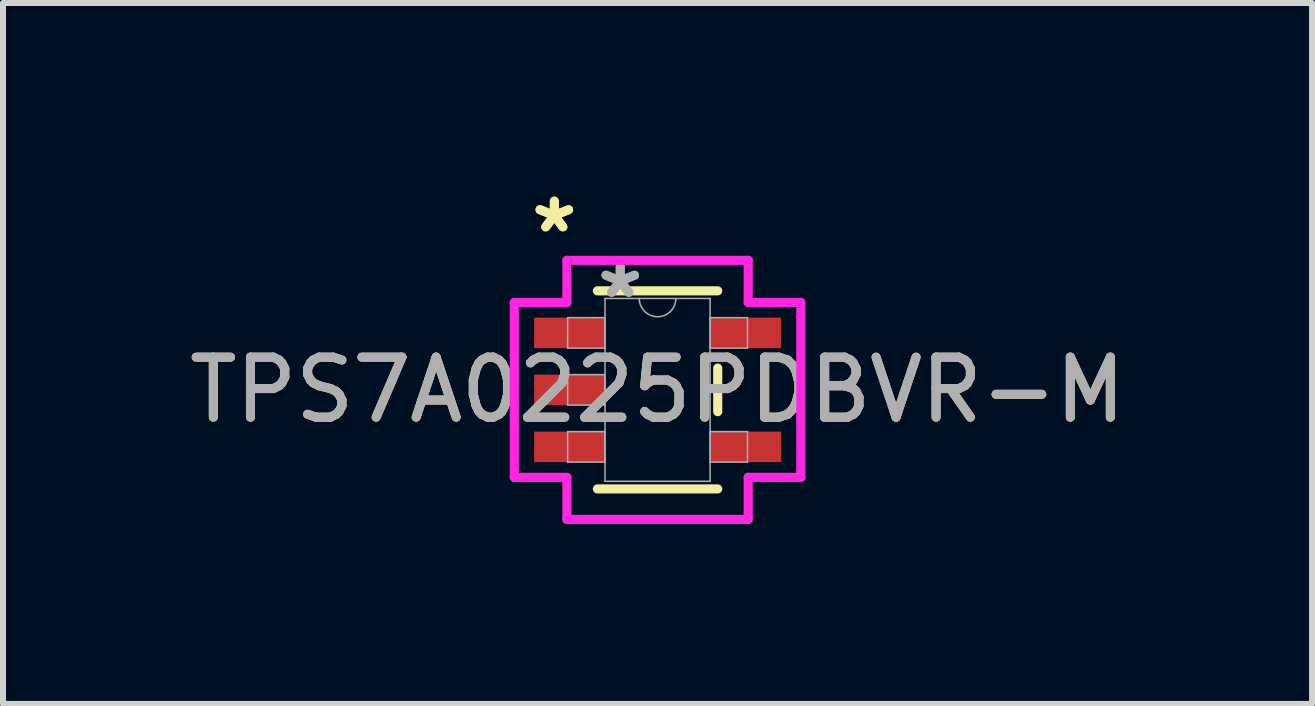
<source format=kicad_pcb>
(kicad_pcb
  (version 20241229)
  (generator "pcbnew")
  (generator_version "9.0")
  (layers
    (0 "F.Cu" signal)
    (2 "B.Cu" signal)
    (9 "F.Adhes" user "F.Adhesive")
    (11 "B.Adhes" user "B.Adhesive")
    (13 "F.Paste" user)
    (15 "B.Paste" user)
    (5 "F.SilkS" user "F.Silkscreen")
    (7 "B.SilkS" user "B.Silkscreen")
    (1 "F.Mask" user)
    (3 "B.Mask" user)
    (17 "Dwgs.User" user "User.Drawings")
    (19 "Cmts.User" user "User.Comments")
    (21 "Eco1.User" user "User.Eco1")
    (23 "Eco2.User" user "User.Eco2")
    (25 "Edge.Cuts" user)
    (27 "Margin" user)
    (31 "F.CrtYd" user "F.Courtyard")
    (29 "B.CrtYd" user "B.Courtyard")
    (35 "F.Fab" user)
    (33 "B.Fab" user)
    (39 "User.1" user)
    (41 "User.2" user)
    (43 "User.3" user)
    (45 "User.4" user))
  (footprint "TPS7A0225PDBVR-M"
    (layer "F.Cu")
    (at 7.911 3.449)
    (property "Reference" "TPS7A0225PDBVR-M" (at 0 0 0) (unlocked yes) (layer "F.SilkS") (effects (font (size 1 1) (thickness 0.15))))
    (attr smd)
    (fp_line (start -1.003 1.651) (end 1.003 1.651) (stroke (width 0.152) (type solid)) (layer "F.SilkS"))
    (fp_line (start 1.003 -1.651) (end -1.003 -1.651) (stroke (width 0.152) (type solid)) (layer "F.SilkS"))
    (fp_line (start 1.003 0.363) (end 1.003 -0.363) (stroke (width 0.152) (type solid)) (layer "F.SilkS"))
    (fp_line (start -2.388 -1.458) (end -1.511 -1.458) (stroke (width 0.152) (type solid)) (layer "F.CrtYd"))
    (fp_line (start -2.388 1.458) (end -2.388 -1.458) (stroke (width 0.152) (type solid)) (layer "F.CrtYd"))
    (fp_line (start -1.511 -2.159) (end 1.511 -2.159) (stroke (width 0.152) (type solid)) (layer "F.CrtYd"))
    (fp_line (start -1.511 -1.458) (end -1.511 -2.159) (stroke (width 0.152) (type solid)) (layer "F.CrtYd"))
    (fp_line (start -1.511 1.458) (end -2.388 1.458) (stroke (width 0.152) (type solid)) (layer "F.CrtYd"))
    (fp_line (start -1.511 2.159) (end -1.511 1.458) (stroke (width 0.152) (type solid)) (layer "F.CrtYd"))
    (fp_line (start 1.511 -2.159) (end 1.511 -1.458) (stroke (width 0.152) (type solid)) (layer "F.CrtYd"))
    (fp_line (start 1.511 -1.458) (end 2.388 -1.458) (stroke (width 0.152) (type solid)) (layer "F.CrtYd"))
    (fp_line (start 1.511 1.458) (end 1.511 2.159) (stroke (width 0.152) (type solid)) (layer "F.CrtYd"))
    (fp_line (start 1.511 2.159) (end -1.511 2.159) (stroke (width 0.152) (type solid)) (layer "F.CrtYd"))
    (fp_line (start 2.388 -1.458) (end 2.388 1.458) (stroke (width 0.152) (type solid)) (layer "F.CrtYd"))
    (fp_line (start 2.388 1.458) (end 1.511 1.458) (stroke (width 0.152) (type solid)) (layer "F.CrtYd"))
    (fp_line (start -1.499 -1.204) (end -1.499 -0.696) (stroke (width 0.025) (type solid)) (layer "F.Fab"))
    (fp_line (start -1.499 -0.696) (end -0.876 -0.696) (stroke (width 0.025) (type solid)) (layer "F.Fab"))
    (fp_line (start -1.499 -0.254) (end -1.499 0.254) (stroke (width 0.025) (type solid)) (layer "F.Fab"))
    (fp_line (start -1.499 0.254) (end -0.876 0.254) (stroke (width 0.025) (type solid)) (layer "F.Fab"))
    (fp_line (start -1.499 0.696) (end -1.499 1.204) (stroke (width 0.025) (type solid)) (layer "F.Fab"))
    (fp_line (start -1.499 1.204) (end -0.876 1.204) (stroke (width 0.025) (type solid)) (layer "F.Fab"))
    (fp_line (start -0.876 -1.524) (end -0.876 1.524) (stroke (width 0.025) (type solid)) (layer "F.Fab"))
    (fp_line (start -0.876 -1.204) (end -1.499 -1.204) (stroke (width 0.025) (type solid)) (layer "F.Fab"))
    (fp_line (start -0.876 -0.696) (end -0.876 -1.204) (stroke (width 0.025) (type solid)) (layer "F.Fab"))
    (fp_line (start -0.876 -0.254) (end -1.499 -0.254) (stroke (width 0.025) (type solid)) (layer "F.Fab"))
    (fp_line (start -0.876 0.254) (end -0.876 -0.254) (stroke (width 0.025) (type solid)) (layer "F.Fab"))
    (fp_line (start -0.876 0.696) (end -1.499 0.696) (stroke (width 0.025) (type solid)) (layer "F.Fab"))
    (fp_line (start -0.876 1.204) (end -0.876 0.696) (stroke (width 0.025) (type solid)) (layer "F.Fab"))
    (fp_line (start -0.876 1.524) (end 0.876 1.524) (stroke (width 0.025) (type solid)) (layer "F.Fab"))
    (fp_line (start 0.876 -1.524) (end -0.876 -1.524) (stroke (width 0.025) (type solid)) (layer "F.Fab"))
    (fp_line (start 0.876 -1.204) (end 0.876 -0.696) (stroke (width 0.025) (type solid)) (layer "F.Fab"))
    (fp_line (start 0.876 -0.696) (end 1.499 -0.696) (stroke (width 0.025) (type solid)) (layer "F.Fab"))
    (fp_line (start 0.876 0.696) (end 0.876 1.204) (stroke (width 0.025) (type solid)) (layer "F.Fab"))
    (fp_line (start 0.876 1.204) (end 1.499 1.204) (stroke (width 0.025) (type solid)) (layer "F.Fab"))
    (fp_line (start 0.876 1.524) (end 0.876 -1.524) (stroke (width 0.025) (type solid)) (layer "F.Fab"))
    (fp_line (start 1.499 -1.204) (end 0.876 -1.204) (stroke (width 0.025) (type solid)) (layer "F.Fab"))
    (fp_line (start 1.499 -0.696) (end 1.499 -1.204) (stroke (width 0.025) (type solid)) (layer "F.Fab"))
    (fp_line (start 1.499 0.696) (end 0.876 0.696) (stroke (width 0.025) (type solid)) (layer "F.Fab"))
    (fp_line (start 1.499 1.204) (end 1.499 0.696) (stroke (width 0.025) (type solid)) (layer "F.Fab"))
    (fp_arc (start 0.3048 -1.524) (mid 0 -1.2192) (end -0.3048 -1.524) (stroke (width 0.0254) (type solid)) (layer "F.Fab"))
    (fp_text user "*" (at -1.721 -2.601 0) (layer "F.SilkS") (effects (font (size 1 1) (thickness 0.15))))
    (fp_text user "*" (at -1.721 -2.601 0) (unlocked yes) (layer "F.SilkS") (effects (font (size 1 1) (thickness 0.15))))
    (fp_text user "${REFERENCE}" (at 0 0 0) (unlocked yes) (layer "F.Fab") (effects (font (size 1 1) (thickness 0.15))))
    (fp_text user "*" (at -0.622 -1.509 0) (layer "F.Fab") (effects (font (size 1 1) (thickness 0.15))))
    (fp_text user "*" (at -0.622 -1.509 0) (unlocked yes) (layer "F.Fab") (effects (font (size 1 1) (thickness 0.15))))
    (pad "1" smd rect (at -1.467 -0.95) (size 1.181 0.508) (layers "F.Cu" "F.Mask" "F.Paste"))
    (pad "2" smd rect (at -1.467 0) (size 1.181 0.508) (layers "F.Cu" "F.Mask" "F.Paste"))
    (pad "3" smd rect (at -1.467 0.95) (size 1.181 0.508) (layers "F.Cu" "F.Mask" "F.Paste"))
    (pad "4" smd rect (at 1.467 0.95) (size 1.181 0.508) (layers "F.Cu" "F.Mask" "F.Paste"))
    (pad "5" smd rect (at 1.467 -0.95) (size 1.181 0.508) (layers "F.Cu" "F.Mask" "F.Paste")))
  (gr_rect
    (start -3 -3)
    (end 18.821 8.684)
    (stroke (width 0.1) (type default))
    (fill no)
    (layer "Edge.Cuts")))
</source>
